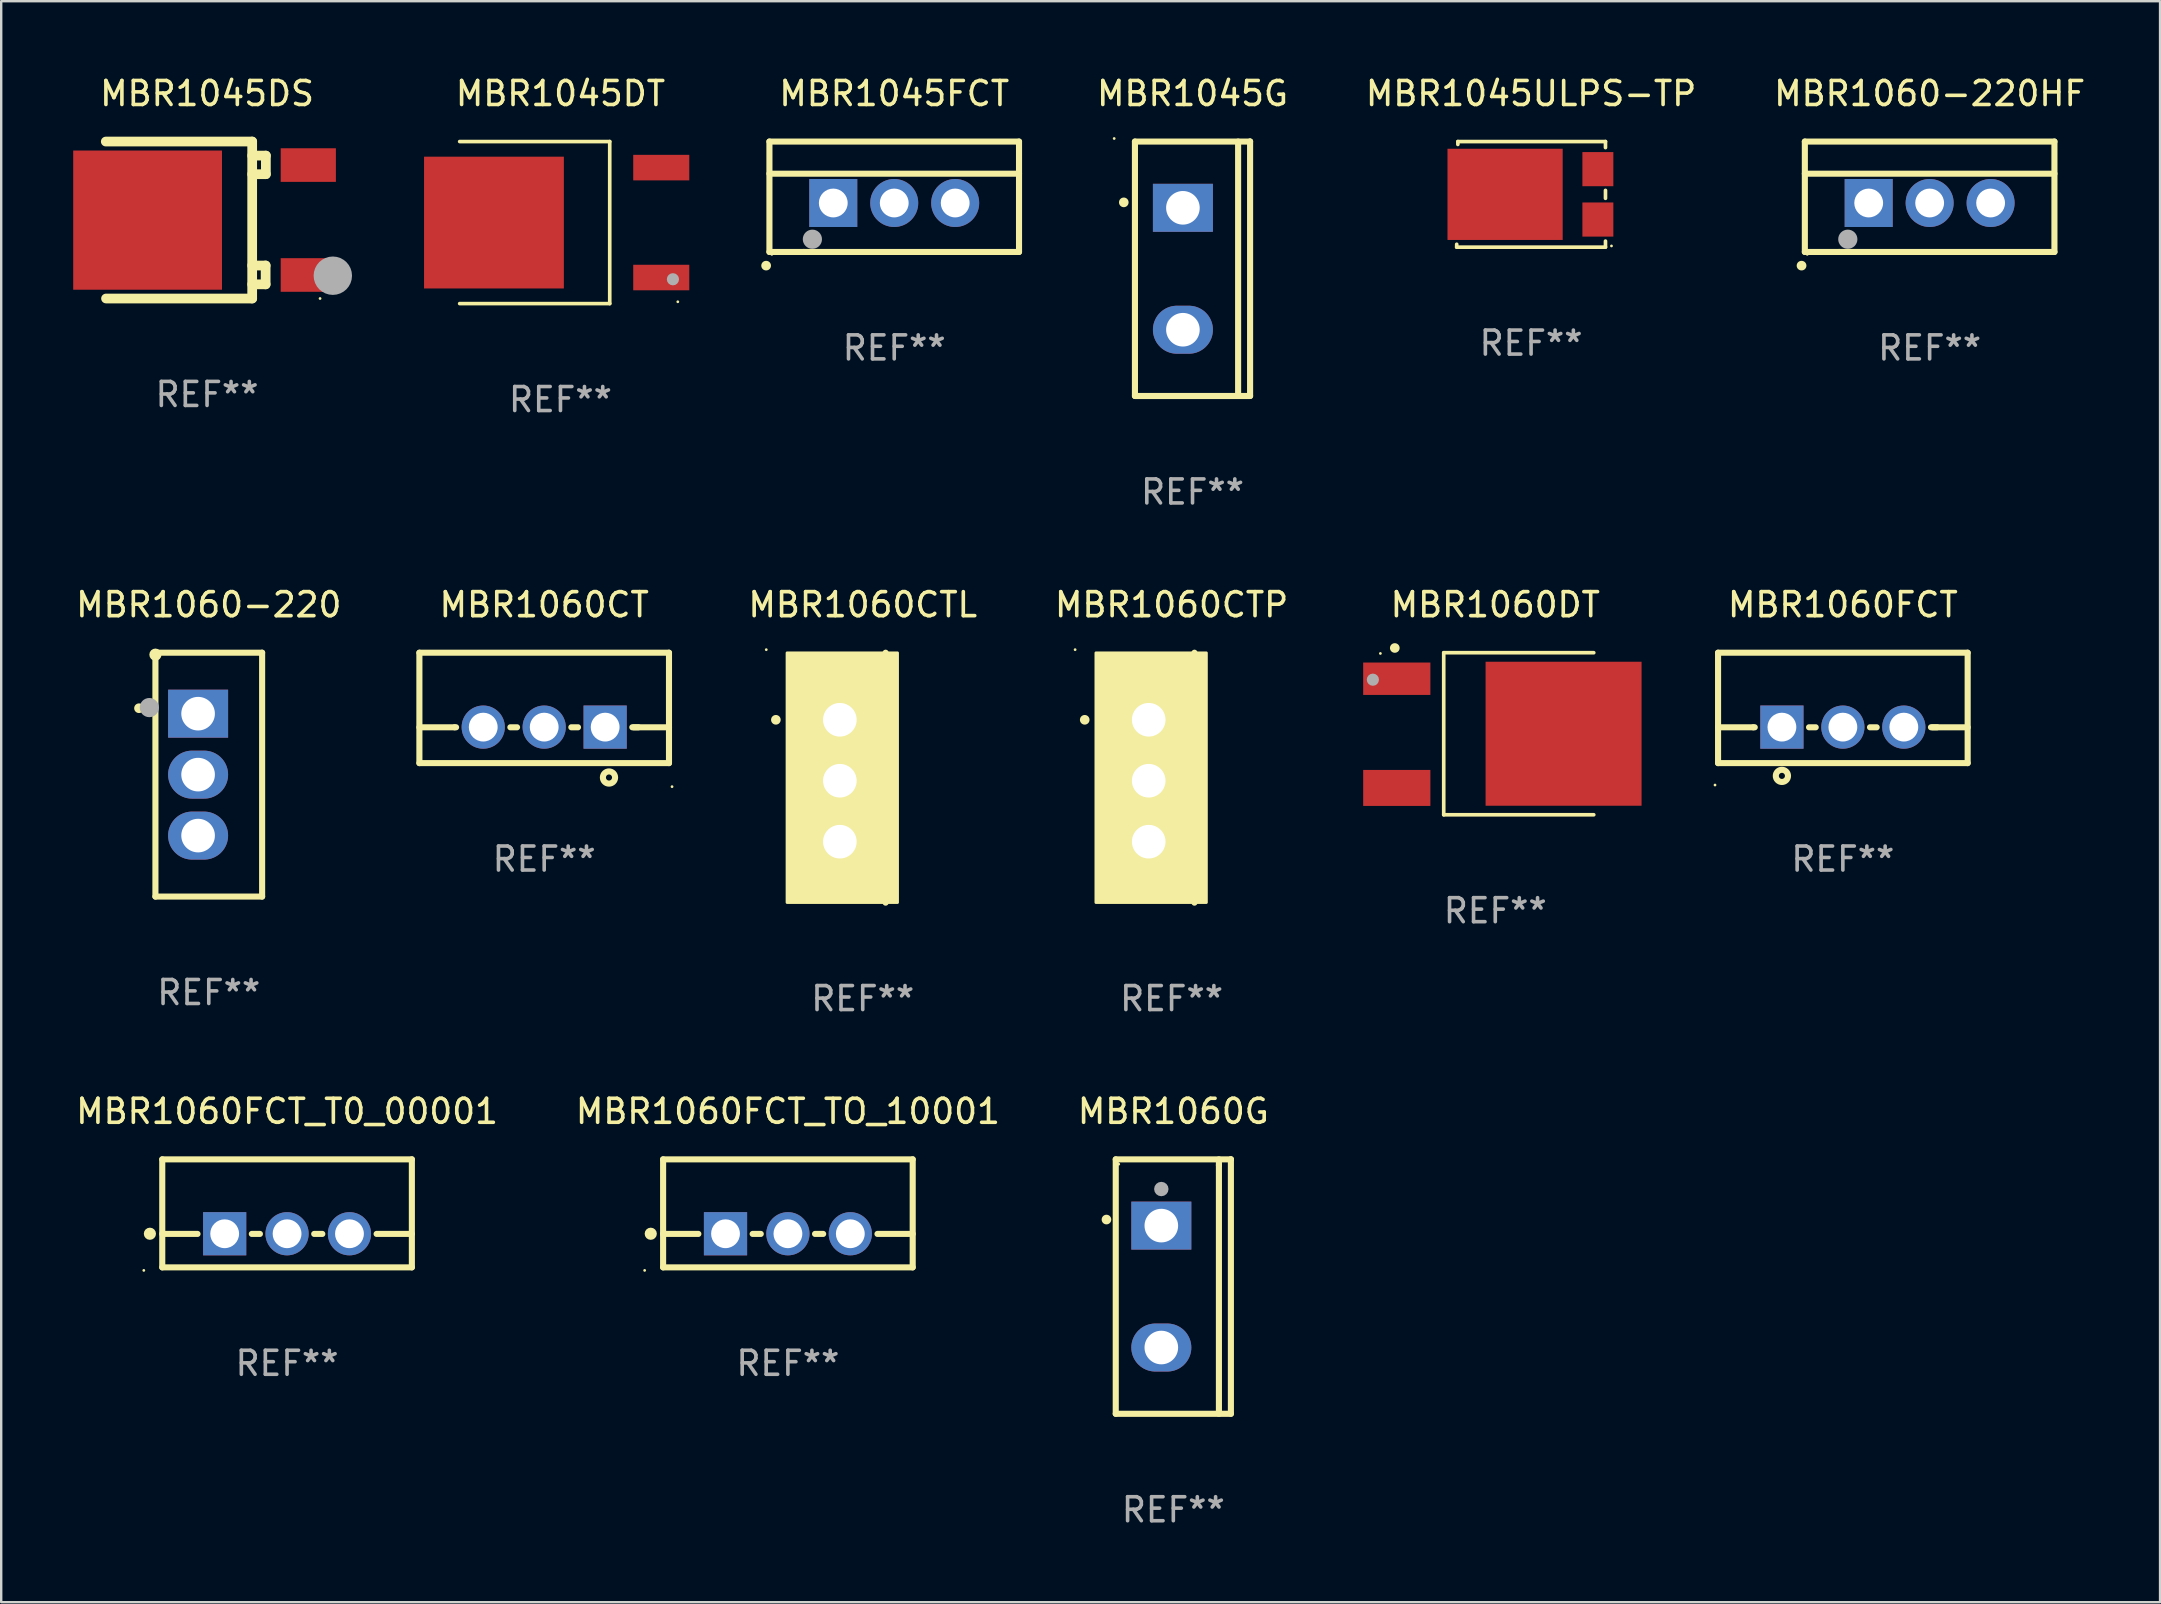
<source format=kicad_pcb>
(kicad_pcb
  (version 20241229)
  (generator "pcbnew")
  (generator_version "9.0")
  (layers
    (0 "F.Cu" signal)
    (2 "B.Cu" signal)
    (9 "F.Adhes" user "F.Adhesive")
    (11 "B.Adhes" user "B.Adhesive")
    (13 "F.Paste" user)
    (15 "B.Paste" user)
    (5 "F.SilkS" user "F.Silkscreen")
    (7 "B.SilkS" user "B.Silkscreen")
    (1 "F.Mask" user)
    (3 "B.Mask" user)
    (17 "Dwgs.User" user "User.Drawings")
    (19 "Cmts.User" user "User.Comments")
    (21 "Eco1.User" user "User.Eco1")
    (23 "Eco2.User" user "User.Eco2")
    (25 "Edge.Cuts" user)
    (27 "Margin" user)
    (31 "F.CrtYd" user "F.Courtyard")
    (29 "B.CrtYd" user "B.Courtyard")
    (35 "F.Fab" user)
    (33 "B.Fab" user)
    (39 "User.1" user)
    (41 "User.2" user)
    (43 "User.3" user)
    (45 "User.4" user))
  (footprint "MBR1045DS"
    (layer "F.Cu")
    (at 5.577 6.118)
    (property "Reference" "MBR1045DS" (at 0 -5.27 0) (layer "F.SilkS") (effects (font (size 1 1) (thickness 0.15))))
    (attr through_hole)
    (fp_line (start -4.219 -3.27) (end 1.881 -3.27) (stroke (width 0.405) (type solid)) (layer "F.SilkS"))
    (fp_line (start 1.881 -3.27) (end 1.881 3.27) (stroke (width 0.405) (type solid)) (layer "F.SilkS"))
    (fp_line (start 1.881 -2.684) (end 2.451 -2.684) (stroke (width 0.405) (type solid)) (layer "F.SilkS"))
    (fp_line (start 1.881 1.895) (end 2.441 1.895) (stroke (width 0.405) (type solid)) (layer "F.SilkS"))
    (fp_line (start 1.881 3.27) (end -4.209 3.27) (stroke (width 0.405) (type solid)) (layer "F.SilkS"))
    (fp_line (start 2.441 1.895) (end 2.441 2.68) (stroke (width 0.405) (type solid)) (layer "F.SilkS"))
    (fp_line (start 2.441 2.68) (end 1.881 2.68) (stroke (width 0.405) (type solid)) (layer "F.SilkS"))
    (fp_line (start 2.451 -2.684) (end 2.451 -1.91) (stroke (width 0.405) (type solid)) (layer "F.SilkS"))
    (fp_line (start 2.451 -1.91) (end 1.881 -1.91) (stroke (width 0.405) (type solid)) (layer "F.SilkS"))
    (fp_circle (center 4.709 3.27) (end 4.739 3.27) (stroke (width 0.06) (type solid)) (fill no) (layer "F.SilkS"))
    (fp_circle (center 5.241 2.32) (end 5.641 2.32) (stroke (width 0.8) (type solid)) (fill no) (layer "F.Fab"))
    (fp_text user "REF**" (at 0 7.27 0) (layer "F.Fab") (effects (font (size 1 1) (thickness 0.15))))
    (pad "1" smd rect (at 4.219 2.29) (size 2.3 1.4) (layers "F.Cu" "F.Mask" "F.Paste"))
    (pad "2" smd rect (at -2.477 0.004) (size 6.2 5.8) (layers "F.Cu" "F.Mask" "F.Paste"))
    (pad "3" smd rect (at 4.219 -2.29) (size 2.3 1.4) (layers "F.Cu" "F.Mask" "F.Paste")))
  (footprint "MBR1060-220HF"
    (layer "F.Cu")
    (at 77.353 5.148)
    (property "Reference" "MBR1060-220HF" (at 0 -4.3 0) (layer "F.SilkS") (effects (font (size 1 1) (thickness 0.15))))
    (attr through_hole)
    (fp_line (start -5.2 -2.3) (end -5.2 2.3) (stroke (width 0.254) (type solid)) (layer "F.SilkS"))
    (fp_line (start -5.2 -0.961) (end 5.2 -0.961) (stroke (width 0.254) (type solid)) (layer "F.SilkS"))
    (fp_line (start -5.2 2.3) (end -3.768 2.3) (stroke (width 0.254) (type solid)) (layer "F.SilkS"))
    (fp_line (start -3.768 2.3) (end 5.2 2.3) (stroke (width 0.254) (type solid)) (layer "F.SilkS"))
    (fp_line (start 5.2 -2.3) (end -5.2 -2.3) (stroke (width 0.254) (type solid)) (layer "F.SilkS"))
    (fp_line (start 5.2 -2.3) (end 5.2 2.3) (stroke (width 0.254) (type solid)) (layer "F.SilkS"))
    (fp_arc (start -5.340005 2.870003) (mid -5.337465 2.869987) (end -5.334925 2.870003) (stroke (width 0.4) (type solid)) (layer "F.SilkS"))
    (fp_circle (center -5.1 2.4) (end -5.07 2.4) (stroke (width 0.06) (type solid)) (fill no) (layer "F.SilkS"))
    (fp_circle (center -3.41 1.77) (end -3.21 1.77) (stroke (width 0.4) (type solid)) (fill no) (layer "F.Fab"))
    (fp_text user "REF**" (at 0 6.3 0) (layer "F.Fab") (effects (font (size 1 1) (thickness 0.15))))
    (pad "1" thru_hole rect (at -2.54 0.26) (size 2 2) (drill 1.2) (layers "*.Cu" "*.Mask"))
    (pad "2" thru_hole circle (at 0 0.26) (size 2 2) (drill 1.2) (layers "*.Cu" "*.Mask"))
    (pad "3" thru_hole circle (at 2.54 0.26) (size 2 2) (drill 1.2) (layers "*.Cu" "*.Mask")))
  (footprint "MBR1060CT"
    (layer "F.Cu")
    (at 19.625 26.447)
    (property "Reference" "MBR1060CT" (at 0 -4.3 0) (layer "F.SilkS") (effects (font (size 1 1) (thickness 0.15))))
    (attr through_hole)
    (fp_line (start -5.2 -2.3) (end -5.2 2.3) (stroke (width 0.254) (type solid)) (layer "F.SilkS"))
    (fp_line (start -5.2 -2.3) (end 5.2 -2.3) (stroke (width 0.254) (type solid)) (layer "F.SilkS"))
    (fp_line (start -5.2 0.807) (end -3.731 0.807) (stroke (width 0.254) (type solid)) (layer "F.SilkS"))
    (fp_line (start -5.2 2.3) (end 5.2 2.3) (stroke (width 0.254) (type solid)) (layer "F.SilkS"))
    (fp_line (start -3.731 0.807) (end -3.671 0.807) (stroke (width 0.254) (type solid)) (layer "F.SilkS"))
    (fp_line (start -1.409 0.807) (end -1.131 0.807) (stroke (width 0.254) (type solid)) (layer "F.SilkS"))
    (fp_line (start 1.131 0.807) (end 1.409 0.807) (stroke (width 0.254) (type solid)) (layer "F.SilkS"))
    (fp_line (start 3.671 0.807) (end 3.926 0.807) (stroke (width 0.254) (type solid)) (layer "F.SilkS"))
    (fp_line (start 3.731 0.807) (end 5.2 0.807) (stroke (width 0.254) (type solid)) (layer "F.SilkS"))
    (fp_line (start 5.2 -2.3) (end 5.2 2.3) (stroke (width 0.254) (type solid)) (layer "F.SilkS"))
    (fp_circle (center 2.7 2.9) (end 2.954 2.9) (stroke (width 0.254) (type solid)) (fill no) (layer "F.SilkS"))
    (fp_circle (center 5.327 3.281) (end 5.357 3.281) (stroke (width 0.06) (type solid)) (fill no) (layer "F.SilkS"))
    (fp_text user "REF**" (at 0 6.3 0) (layer "F.Fab") (effects (font (size 1 1) (thickness 0.15))))
    (pad "1" thru_hole rect (at 2.54 0.8) (size 1.8 1.8) (drill 1.2) (layers "*.Cu" "*.Mask"))
    (pad "2" thru_hole circle (at 0 0.8) (size 1.8 1.8) (drill 1.2) (layers "*.Cu" "*.Mask"))
    (pad "3" thru_hole circle (at -2.54 0.8) (size 1.8 1.8) (drill 1.2) (layers "*.Cu" "*.Mask")))
  (footprint "MBR1060FCT"
    (layer "F.Cu")
    (at 73.737 26.447)
    (property "Reference" "MBR1060FCT" (at 0 -4.3 0) (layer "F.SilkS") (effects (font (size 1 1) (thickness 0.15))))
    (attr through_hole)
    (fp_line (start -5.2 -2.3) (end -5.2 2.3) (stroke (width 0.254) (type solid)) (layer "F.SilkS"))
    (fp_line (start -5.2 -2.3) (end 5.2 -2.3) (stroke (width 0.254) (type solid)) (layer "F.SilkS"))
    (fp_line (start -5.2 0.807) (end -3.731 0.807) (stroke (width 0.254) (type solid)) (layer "F.SilkS"))
    (fp_line (start -5.2 2.3) (end 5.2 2.3) (stroke (width 0.254) (type solid)) (layer "F.SilkS"))
    (fp_line (start -3.731 0.807) (end -3.671 0.807) (stroke (width 0.254) (type solid)) (layer "F.SilkS"))
    (fp_line (start -1.409 0.807) (end -1.131 0.807) (stroke (width 0.254) (type solid)) (layer "F.SilkS"))
    (fp_line (start 1.131 0.807) (end 1.409 0.807) (stroke (width 0.254) (type solid)) (layer "F.SilkS"))
    (fp_line (start 3.671 0.807) (end 3.926 0.807) (stroke (width 0.254) (type solid)) (layer "F.SilkS"))
    (fp_line (start 3.731 0.807) (end 5.2 0.807) (stroke (width 0.254) (type solid)) (layer "F.SilkS"))
    (fp_line (start 5.2 -2.3) (end 5.2 2.3) (stroke (width 0.254) (type solid)) (layer "F.SilkS"))
    (fp_circle (center -5.327 3.213) (end -5.297 3.213) (stroke (width 0.06) (type solid)) (fill no) (layer "F.SilkS"))
    (fp_circle (center -2.54 2.832) (end -2.286 2.832) (stroke (width 0.254) (type solid)) (fill no) (layer "F.SilkS"))
    (fp_text user "REF**" (at 0 6.3 0) (layer "F.Fab") (effects (font (size 1 1) (thickness 0.15))))
    (pad "1" thru_hole rect (at -2.54 0.8) (size 1.8 1.8) (drill 1.2) (layers "*.Cu" "*.Mask"))
    (pad "2" thru_hole circle (at 0 0.8) (size 1.8 1.8) (drill 1.2) (layers "*.Cu" "*.Mask"))
    (pad "3" thru_hole circle (at 2.54 0.8) (size 1.8 1.8) (drill 1.2) (layers "*.Cu" "*.Mask")))
  (footprint "MBR1045ULPS-TP"
    (layer "F.Cu")
    (at 60.746 5.048)
    (property "Reference" "MBR1045ULPS-TP" (at 0 -4.2 0) (layer "F.SilkS") (effects (font (size 1 1) (thickness 0.15))))
    (attr through_hole)
    (fp_line (start -3.1 2.2) (end -3.099 2.08) (stroke (width 0.152) (type solid)) (layer "F.SilkS"))
    (fp_line (start -3.051 -2.08) (end -3.05 -2.2) (stroke (width 0.152) (type solid)) (layer "F.SilkS"))
    (fp_line (start -3.05 -2.2) (end 3.1 -2.2) (stroke (width 0.152) (type solid)) (layer "F.SilkS"))
    (fp_line (start 3.1 -2.2) (end 3.1 -1.948) (stroke (width 0.152) (type solid)) (layer "F.SilkS"))
    (fp_line (start 3.1 -0.165) (end 3.1 0.165) (stroke (width 0.152) (type solid)) (layer "F.SilkS"))
    (fp_line (start 3.1 1.948) (end 3.1 2.2) (stroke (width 0.152) (type solid)) (layer "F.SilkS"))
    (fp_line (start 3.1 2.2) (end -3.1 2.2) (stroke (width 0.152) (type solid)) (layer "F.SilkS"))
    (fp_circle (center 3.35 2.15) (end 3.38 2.15) (stroke (width 0.06) (type solid)) (fill no) (layer "F.SilkS"))
    (fp_text user "REF**" (at 0 6.2 0) (layer "F.Fab") (effects (font (size 1 1) (thickness 0.15))))
    (pad "1" smd rect (at 2.783 1.05) (size 1.29 1.422) (layers "F.Cu" "F.Mask" "F.Paste"))
    (pad "2" smd rect (at 2.783 -1.05) (size 1.29 1.422) (layers "F.Cu" "F.Mask" "F.Paste"))
    (pad "3" smd rect (at -1.083 0 90) (size 3.8 4.8) (layers "F.Cu" "F.Mask" "F.Paste")))
  (footprint "MBR1060FCT_TO_10001"
    (layer "F.Cu")
    (at 29.78 47.507)
    (property "Reference" "MBR1060FCT_TO_10001" (at 0 -4.25 0) (layer "F.SilkS") (effects (font (size 1 1) (thickness 0.15))))
    (attr through_hole)
    (fp_line (start -5.2 -2.25) (end -5.2 2.25) (stroke (width 0.254) (type solid)) (layer "F.SilkS"))
    (fp_line (start -5.2 -2.25) (end 5.2 -2.25) (stroke (width 0.254) (type solid)) (layer "F.SilkS"))
    (fp_line (start -5.2 0.857) (end -3.731 0.857) (stroke (width 0.254) (type solid)) (layer "F.SilkS"))
    (fp_line (start -5.2 2.25) (end 5.2 2.25) (stroke (width 0.254) (type solid)) (layer "F.SilkS"))
    (fp_line (start -1.469 0.857) (end -1.131 0.857) (stroke (width 0.254) (type solid)) (layer "F.SilkS"))
    (fp_line (start 1.131 0.857) (end 1.469 0.857) (stroke (width 0.254) (type solid)) (layer "F.SilkS"))
    (fp_line (start 3.731 0.857) (end 5.2 0.857) (stroke (width 0.254) (type solid)) (layer "F.SilkS"))
    (fp_line (start 5.2 -2.25) (end 5.2 2.25) (stroke (width 0.254) (type solid)) (layer "F.SilkS"))
    (fp_circle (center -5.969 2.377) (end -5.939 2.377) (stroke (width 0.06) (type solid)) (fill no) (layer "F.SilkS"))
    (fp_circle (center -5.715 0.85) (end -5.588 0.85) (stroke (width 0.254) (type solid)) (fill no) (layer "F.SilkS"))
    (fp_text user "REF**" (at 0 6.25 0) (layer "F.Fab") (effects (font (size 1 1) (thickness 0.15))))
    (pad "1" thru_hole rect (at -2.6 0.85) (size 1.8 1.8) (drill 1.2) (layers "*.Cu" "*.Mask"))
    (pad "2" thru_hole circle (at 0 0.85) (size 1.8 1.8) (drill 1.2) (layers "*.Cu" "*.Mask"))
    (pad "3" thru_hole circle (at 2.6 0.85) (size 1.8 1.8) (drill 1.2) (layers "*.Cu" "*.Mask")))
  (footprint "MBR1060CTL"
    (layer "F.Cu")
    (at 32.898 29.354)
    (property "Reference" "MBR1060CTL" (at 0 -7.207 0) (layer "F.SilkS") (effects (font (size 1 1) (thickness 0.15))))
    (attr through_hole)
    (fp_line (start 0.953 5.207) (end 0.953 -5.207) (stroke (width 0.254) (type solid)) (layer "F.SilkS"))
    (fp_arc (start -3.619507 -2.410465) (mid -3.619511 -2.411735) (end -3.619507 -2.413005) (stroke (width 0.4) (type solid)) (layer "F.SilkS"))
    (fp_circle (center -4.02 -5.334) (end -3.99 -5.334) (stroke (width 0.06) (type solid)) (fill no) (layer "F.SilkS"))
    (fp_poly (pts (xy -3.152 -5.2) (xy 1.448 -5.2) (xy 1.448 5.2) (xy -3.152 5.2)) (stroke (width 0.12) (type solid)) (fill yes) (layer "F.SilkS"))
    (fp_text user "REF**" (at 0 9.207 0) (layer "F.Fab") (effects (font (size 1 1) (thickness 0.15))))
    (pad "1" thru_hole rect (at -0.953 -2.413 270) (size 2 2.5) (drill 1.4) (layers "*.Cu" "*.Mask"))
    (pad "2" thru_hole oval (at -0.953 0.127 270) (size 2 2.5) (drill 1.4) (layers "*.Cu" "*.Mask"))
    (pad "3" thru_hole oval (at -0.953 2.667 270) (size 2 2.5) (drill 1.4) (layers "*.Cu" "*.Mask")))
  (footprint "MBR1060G"
    (layer "F.Cu")
    (at 45.839 50.558)
    (property "Reference" "MBR1060G" (at 0 -7.301 0) (layer "F.SilkS") (effects (font (size 1 1) (thickness 0.15))))
    (attr through_hole)
    (fp_line (start -2.399 -5.301) (end 2.394 -5.301) (stroke (width 0.254) (type solid)) (layer "F.SilkS"))
    (fp_line (start -2.399 5.301) (end -2.399 -5.301) (stroke (width 0.254) (type solid)) (layer "F.SilkS"))
    (fp_line (start 1.9 -5.061) (end 1.9 -5.3) (stroke (width 0.254) (type solid)) (layer "F.SilkS"))
    (fp_line (start 1.9 5.3) (end 1.9 -5.061) (stroke (width 0.254) (type solid)) (layer "F.SilkS"))
    (fp_line (start 2.394 -5.301) (end 2.399 -5.301) (stroke (width 0.254) (type solid)) (layer "F.SilkS"))
    (fp_line (start 2.399 -5.301) (end 2.399 5.301) (stroke (width 0.254) (type solid)) (layer "F.SilkS"))
    (fp_line (start 2.399 5.301) (end -2.399 5.301) (stroke (width 0.254) (type solid)) (layer "F.SilkS"))
    (fp_arc (start -2.786043 -2.791466) (mid -2.786047 -2.792736) (end -2.786043 -2.794006) (stroke (width 0.4) (type solid)) (layer "F.SilkS"))
    (fp_circle (center -2.275 -5.1) (end -2.245 -5.1) (stroke (width 0.06) (type solid)) (fill no) (layer "F.SilkS"))
    (fp_circle (center -0.5 -4.064) (end -0.35 -4.064) (stroke (width 0.3) (type solid)) (fill no) (layer "F.Fab"))
    (fp_text user "REF**" (at 0 9.301 0) (layer "F.Fab") (effects (font (size 1 1) (thickness 0.15))))
    (pad "1" thru_hole rect (at -0.5 -2.54 270) (size 2 2.5) (drill 1.4) (layers "*.Cu" "*.Mask"))
    (pad "3" thru_hole oval (at -0.5 2.54 270) (size 2 2.5) (drill 1.4) (layers "*.Cu" "*.Mask")))
  (footprint "MBR1045FCT"
    (layer "F.Cu")
    (at 34.21 5.148)
    (property "Reference" "MBR1045FCT" (at 0 -4.3 0) (layer "F.SilkS") (effects (font (size 1 1) (thickness 0.15))))
    (attr through_hole)
    (fp_line (start -5.2 -2.3) (end -5.2 2.3) (stroke (width 0.254) (type solid)) (layer "F.SilkS"))
    (fp_line (start -5.2 -0.961) (end 5.2 -0.961) (stroke (width 0.254) (type solid)) (layer "F.SilkS"))
    (fp_line (start -5.2 2.3) (end -3.768 2.3) (stroke (width 0.254) (type solid)) (layer "F.SilkS"))
    (fp_line (start -3.768 2.3) (end 5.2 2.3) (stroke (width 0.254) (type solid)) (layer "F.SilkS"))
    (fp_line (start 5.2 -2.3) (end -5.2 -2.3) (stroke (width 0.254) (type solid)) (layer "F.SilkS"))
    (fp_line (start 5.2 -2.3) (end 5.2 2.3) (stroke (width 0.254) (type solid)) (layer "F.SilkS"))
    (fp_arc (start -5.340005 2.870003) (mid -5.337465 2.869987) (end -5.334925 2.870003) (stroke (width 0.4) (type solid)) (layer "F.SilkS"))
    (fp_circle (center -5.1 2.4) (end -5.07 2.4) (stroke (width 0.06) (type solid)) (fill no) (layer "F.SilkS"))
    (fp_circle (center -3.41 1.77) (end -3.21 1.77) (stroke (width 0.4) (type solid)) (fill no) (layer "F.Fab"))
    (fp_text user "REF**" (at 0 6.3 0) (layer "F.Fab") (effects (font (size 1 1) (thickness 0.15))))
    (pad "1" thru_hole rect (at -2.54 0.26) (size 2 2) (drill 1.2) (layers "*.Cu" "*.Mask"))
    (pad "2" thru_hole circle (at 0 0.26) (size 2 2) (drill 1.2) (layers "*.Cu" "*.Mask"))
    (pad "3" thru_hole circle (at 2.54 0.26) (size 2 2) (drill 1.2) (layers "*.Cu" "*.Mask")))
  (footprint "MBR1060DT"
    (layer "F.Cu")
    (at 59.254 27.523)
    (property "Reference" "MBR1060DT" (at 0 -5.376 0) (layer "F.SilkS") (effects (font (size 1 1) (thickness 0.15))))
    (attr through_hole)
    (fp_line (start -2.148 -3.376) (end -2.148 3.376) (stroke (width 0.152) (type solid)) (layer "F.SilkS"))
    (fp_line (start 4.104 -3.376) (end -2.148 -3.376) (stroke (width 0.152) (type solid)) (layer "F.SilkS"))
    (fp_line (start 4.104 3.376) (end -2.148 3.376) (stroke (width 0.152) (type solid)) (layer "F.SilkS"))
    (fp_arc (start -4.188011 -3.573279) (mid -4.186741 -3.573283) (end -4.185471 -3.573279) (stroke (width 0.4) (type solid)) (layer "F.SilkS"))
    (fp_circle (center -4.787 -3.345) (end -4.757 -3.345) (stroke (width 0.06) (type solid)) (fill no) (layer "F.SilkS"))
    (fp_circle (center -5.1 -2.252) (end -4.973 -2.252) (stroke (width 0.254) (type solid)) (fill no) (layer "F.Fab"))
    (fp_text user "REF**" (at 0 7.376 0) (layer "F.Fab") (effects (font (size 1 1) (thickness 0.15))))
    (pad "1" smd rect (at -4.104 -2.292) (size 2.8 1.35) (layers "F.Cu" "F.Mask" "F.Paste"))
    (pad "3" smd rect (at -4.104 2.258) (size 2.8 1.5) (layers "F.Cu" "F.Mask" "F.Paste"))
    (pad "4" smd rect (at 2.846 0) (size 6.5 6) (layers "F.Cu" "F.Mask" "F.Paste")))
  (footprint "MBR1045G"
    (layer "F.Cu")
    (at 46.639 8.149)
    (property "Reference" "MBR1045G" (at 0 -7.301 0) (layer "F.SilkS") (effects (font (size 1 1) (thickness 0.15))))
    (attr through_hole)
    (fp_line (start -2.399 -5.301) (end 2.394 -5.301) (stroke (width 0.254) (type solid)) (layer "F.SilkS"))
    (fp_line (start -2.399 5.301) (end -2.399 -5.301) (stroke (width 0.254) (type solid)) (layer "F.SilkS"))
    (fp_line (start 1.9 5.3) (end 1.9 -5.3) (stroke (width 0.254) (type solid)) (layer "F.SilkS"))
    (fp_line (start 2.394 -5.301) (end 2.399 -5.301) (stroke (width 0.254) (type solid)) (layer "F.SilkS"))
    (fp_line (start 2.399 -5.301) (end 2.399 5.301) (stroke (width 0.254) (type solid)) (layer "F.SilkS"))
    (fp_line (start 2.399 5.301) (end -2.399 5.301) (stroke (width 0.254) (type solid)) (layer "F.SilkS"))
    (fp_arc (start -2.863843 -2.766066) (mid -2.863847 -2.767336) (end -2.863843 -2.768606) (stroke (width 0.4) (type solid)) (layer "F.SilkS"))
    (fp_circle (center -3.264 -5.428) (end -3.234 -5.428) (stroke (width 0.06) (type solid)) (fill no) (layer "F.SilkS"))
    (fp_text user "REF**" (at 0 9.301 0) (layer "F.Fab") (effects (font (size 1 1) (thickness 0.15))))
    (pad "1" thru_hole rect (at -0.4 -2.54 270) (size 2 2.5) (drill 1.4) (layers "*.Cu" "*.Mask"))
    (pad "2" thru_hole oval (at -0.4 2.54 270) (size 2 2.5) (drill 1.4) (layers "*.Cu" "*.Mask")))
  (footprint "MBR1060FCT_T0_00001"
    (layer "F.Cu")
    (at 8.911 47.507)
    (property "Reference" "MBR1060FCT_T0_00001" (at 0 -4.25 0) (layer "F.SilkS") (effects (font (size 1 1) (thickness 0.15))))
    (attr through_hole)
    (fp_line (start -5.2 -2.25) (end -5.2 2.25) (stroke (width 0.254) (type solid)) (layer "F.SilkS"))
    (fp_line (start -5.2 -2.25) (end 5.2 -2.25) (stroke (width 0.254) (type solid)) (layer "F.SilkS"))
    (fp_line (start -5.2 0.857) (end -3.731 0.857) (stroke (width 0.254) (type solid)) (layer "F.SilkS"))
    (fp_line (start -5.2 2.25) (end 5.2 2.25) (stroke (width 0.254) (type solid)) (layer "F.SilkS"))
    (fp_line (start -1.469 0.857) (end -1.131 0.857) (stroke (width 0.254) (type solid)) (layer "F.SilkS"))
    (fp_line (start 1.131 0.857) (end 1.469 0.857) (stroke (width 0.254) (type solid)) (layer "F.SilkS"))
    (fp_line (start 3.731 0.857) (end 5.2 0.857) (stroke (width 0.254) (type solid)) (layer "F.SilkS"))
    (fp_line (start 5.2 -2.25) (end 5.2 2.25) (stroke (width 0.254) (type solid)) (layer "F.SilkS"))
    (fp_circle (center -5.969 2.377) (end -5.939 2.377) (stroke (width 0.06) (type solid)) (fill no) (layer "F.SilkS"))
    (fp_circle (center -5.715 0.85) (end -5.588 0.85) (stroke (width 0.254) (type solid)) (fill no) (layer "F.SilkS"))
    (fp_text user "REF**" (at 0 6.25 0) (layer "F.Fab") (effects (font (size 1 1) (thickness 0.15))))
    (pad "1" thru_hole rect (at -2.6 0.85) (size 1.8 1.8) (drill 1.2) (layers "*.Cu" "*.Mask"))
    (pad "2" thru_hole circle (at 0 0.85) (size 1.8 1.8) (drill 1.2) (layers "*.Cu" "*.Mask"))
    (pad "3" thru_hole circle (at 2.6 0.85) (size 1.8 1.8) (drill 1.2) (layers "*.Cu" "*.Mask")))
  (footprint "MBR1060-220"
    (layer "F.Cu")
    (at 5.649 29.227)
    (property "Reference" "MBR1060-220" (at 0 -7.08 0) (layer "F.SilkS") (effects (font (size 1 1) (thickness 0.15))))
    (attr through_hole)
    (fp_line (start -2.223 -4.953) (end -2.223 5.08) (stroke (width 0.254) (type solid)) (layer "F.SilkS"))
    (fp_line (start -2.223 5.08) (end 2.223 5.08) (stroke (width 0.254) (type solid)) (layer "F.SilkS"))
    (fp_line (start 2.223 -5.08) (end -2.223 -5.08) (stroke (width 0.254) (type solid)) (layer "F.SilkS"))
    (fp_line (start 2.223 5.08) (end 2.223 -5.08) (stroke (width 0.254) (type solid)) (layer "F.SilkS"))
    (fp_arc (start -2.908306 -2.766066) (mid -2.90831 -2.767336) (end -2.908306 -2.768606) (stroke (width 0.4) (type solid)) (layer "F.SilkS"))
    (fp_circle (center -2.223 -5) (end -2.096 -5) (stroke (width 0.254) (type solid)) (fill no) (layer "F.SilkS"))
    (fp_circle (center -2.477 -2.794) (end -2.277 -2.794) (stroke (width 0.4) (type solid)) (fill no) (layer "F.Fab"))
    (fp_text user "REF**" (at 0 9.08 0) (layer "F.Fab") (effects (font (size 1 1) (thickness 0.15))))
    (pad "1" thru_hole rect (at -0.445 -2.54 270) (size 2 2.5) (drill 1.4) (layers "*.Cu" "*.Mask"))
    (pad "2" thru_hole oval (at -0.445 0 270) (size 2 2.5) (drill 1.4) (layers "*.Cu" "*.Mask"))
    (pad "3" thru_hole oval (at -0.445 2.54 270) (size 2 2.5) (drill 1.4) (layers "*.Cu" "*.Mask")))
  (footprint "MBR1045DT"
    (layer "F.Cu")
    (at 20.303 6.224)
    (property "Reference" "MBR1045DT" (at 0 -5.376 0) (layer "F.SilkS") (effects (font (size 1 1) (thickness 0.15))))
    (attr through_hole)
    (fp_line (start -4.2 -3.376) (end 2.053 -3.376) (stroke (width 0.152) (type solid)) (layer "F.SilkS"))
    (fp_line (start -4.2 3.376) (end 2.053 3.376) (stroke (width 0.152) (type solid)) (layer "F.SilkS"))
    (fp_line (start 2.053 3.376) (end 2.053 -3.376) (stroke (width 0.152) (type solid)) (layer "F.SilkS"))
    (fp_circle (center 4.889 3.3) (end 4.919 3.3) (stroke (width 0.06) (type solid)) (fill no) (layer "F.SilkS"))
    (fp_circle (center 4.686 2.362) (end 4.813 2.362) (stroke (width 0.254) (type solid)) (fill no) (layer "F.Fab"))
    (fp_text user "REF**" (at 0 7.376 0) (layer "F.Fab") (effects (font (size 1 1) (thickness 0.15))))
    (pad "1" smd rect (at 4.2 2.29) (size 2.336 1.064) (layers "F.Cu" "F.Mask" "F.Paste"))
    (pad "3" smd rect (at 4.2 -2.29) (size 2.336 1.064) (layers "F.Cu" "F.Mask" "F.Paste"))
    (pad "4" smd rect (at -2.771 0) (size 5.826 5.491) (layers "F.Cu" "F.Mask" "F.Paste")))
  (footprint "MBR1060CTP"
    (layer "F.Cu")
    (at 45.767 29.354)
    (property "Reference" "MBR1060CTP" (at 0 -7.207 0) (layer "F.SilkS") (effects (font (size 1 1) (thickness 0.15))))
    (attr through_hole)
    (fp_line (start 0.953 5.207) (end 0.953 -5.207) (stroke (width 0.254) (type solid)) (layer "F.SilkS"))
    (fp_arc (start -3.619507 -2.410465) (mid -3.619511 -2.411735) (end -3.619507 -2.413005) (stroke (width 0.4) (type solid)) (layer "F.SilkS"))
    (fp_circle (center -4.02 -5.334) (end -3.99 -5.334) (stroke (width 0.06) (type solid)) (fill no) (layer "F.SilkS"))
    (fp_poly (pts (xy -3.152 -5.2) (xy 1.448 -5.2) (xy 1.448 5.2) (xy -3.152 5.2)) (stroke (width 0.12) (type solid)) (fill yes) (layer "F.SilkS"))
    (fp_text user "REF**" (at 0 9.207 0) (layer "F.Fab") (effects (font (size 1 1) (thickness 0.15))))
    (pad "1" thru_hole rect (at -0.953 -2.413 270) (size 2 2.5) (drill 1.4) (layers "*.Cu" "*.Mask"))
    (pad "2" thru_hole oval (at -0.953 0.127 270) (size 2 2.5) (drill 1.4) (layers "*.Cu" "*.Mask"))
    (pad "3" thru_hole oval (at -0.953 2.667 270) (size 2 2.5) (drill 1.4) (layers "*.Cu" "*.Mask")))
  (gr_rect
    (start -3 -3)
    (end 86.954 63.708)
    (stroke (width 0.1) (type default))
    (fill no)
    (layer "Edge.Cuts")))
</source>
